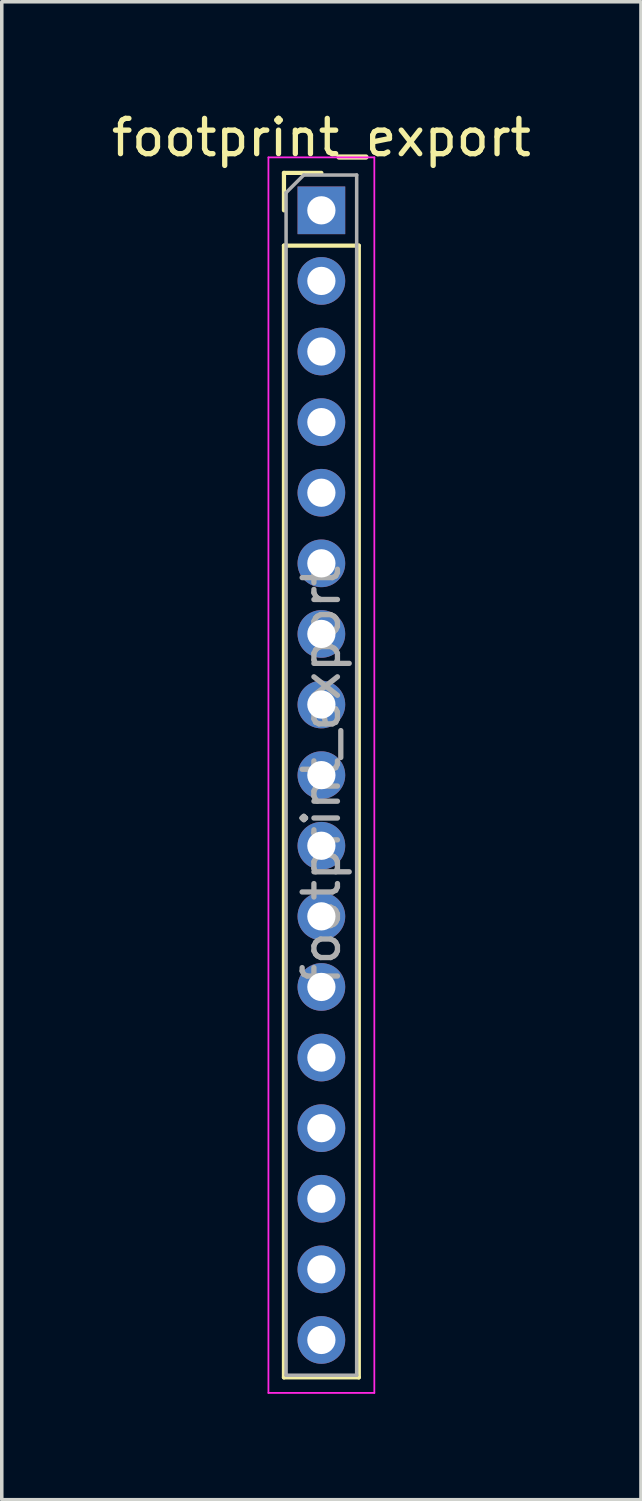
<source format=kicad_pcb>
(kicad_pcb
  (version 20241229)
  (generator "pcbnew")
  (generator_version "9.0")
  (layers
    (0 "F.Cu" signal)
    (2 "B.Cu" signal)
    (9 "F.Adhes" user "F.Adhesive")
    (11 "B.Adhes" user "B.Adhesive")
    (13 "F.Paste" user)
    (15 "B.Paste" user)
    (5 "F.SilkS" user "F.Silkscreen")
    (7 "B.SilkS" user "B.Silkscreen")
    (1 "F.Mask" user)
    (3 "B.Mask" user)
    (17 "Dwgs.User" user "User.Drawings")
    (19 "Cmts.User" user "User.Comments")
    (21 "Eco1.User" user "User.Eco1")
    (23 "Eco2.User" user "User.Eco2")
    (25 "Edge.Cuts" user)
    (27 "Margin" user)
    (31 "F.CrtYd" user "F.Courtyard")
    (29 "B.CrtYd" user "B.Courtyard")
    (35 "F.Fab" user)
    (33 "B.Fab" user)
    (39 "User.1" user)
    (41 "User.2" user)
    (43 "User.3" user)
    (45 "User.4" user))
  (footprint "footprint_export"
    (layer "F.Cu")
    (at 6.054 2.908)
    (property "Reference" "footprint_export" (at 0 -2.06 0) (layer "F.SilkS") (effects (font (size 1 1) (thickness 0.15))))
    (attr through_hole)
    (fp_line (start -1.06 -1.06) (end 0 -1.06) (stroke (width 0.12) (type solid)) (layer "F.SilkS"))
    (fp_line (start -1.06 0) (end -1.06 -1.06) (stroke (width 0.12) (type solid)) (layer "F.SilkS"))
    (fp_line (start -1.06 1) (end -1.06 33.06) (stroke (width 0.12) (type solid)) (layer "F.SilkS"))
    (fp_line (start -1.06 1) (end 1.06 1) (stroke (width 0.12) (type solid)) (layer "F.SilkS"))
    (fp_line (start -1.06 33.06) (end 1.06 33.06) (stroke (width 0.12) (type solid)) (layer "F.SilkS"))
    (fp_line (start 1.06 1) (end 1.06 33.06) (stroke (width 0.12) (type solid)) (layer "F.SilkS"))
    (fp_line (start -1.5 -1.5) (end -1.5 33.5) (stroke (width 0.05) (type solid)) (layer "F.CrtYd"))
    (fp_line (start -1.5 33.5) (end 1.5 33.5) (stroke (width 0.05) (type solid)) (layer "F.CrtYd"))
    (fp_line (start 1.5 -1.5) (end -1.5 -1.5) (stroke (width 0.05) (type solid)) (layer "F.CrtYd"))
    (fp_line (start 1.5 33.5) (end 1.5 -1.5) (stroke (width 0.05) (type solid)) (layer "F.CrtYd"))
    (fp_line (start -1 -0.5) (end -0.5 -1) (stroke (width 0.1) (type solid)) (layer "F.Fab"))
    (fp_line (start -1 33) (end -1 -0.5) (stroke (width 0.1) (type solid)) (layer "F.Fab"))
    (fp_line (start -0.5 -1) (end 1 -1) (stroke (width 0.1) (type solid)) (layer "F.Fab"))
    (fp_line (start 1 -1) (end 1 33) (stroke (width 0.1) (type solid)) (layer "F.Fab"))
    (fp_line (start 1 33) (end -1 33) (stroke (width 0.1) (type solid)) (layer "F.Fab"))
    (fp_text user "${REFERENCE}" (at 0 16 90) (layer "F.Fab") (effects (font (size 1 1) (thickness 0.15))))
    (pad "1" thru_hole rect (at 0 0) (size 1.35 1.35) (drill 0.8) (layers "*.Cu" "*.Mask"))
    (pad "2" thru_hole oval (at 0 2) (size 1.35 1.35) (drill 0.8) (layers "*.Cu" "*.Mask"))
    (pad "3" thru_hole oval (at 0 4) (size 1.35 1.35) (drill 0.8) (layers "*.Cu" "*.Mask"))
    (pad "4" thru_hole oval (at 0 6) (size 1.35 1.35) (drill 0.8) (layers "*.Cu" "*.Mask"))
    (pad "5" thru_hole oval (at 0 8) (size 1.35 1.35) (drill 0.8) (layers "*.Cu" "*.Mask"))
    (pad "6" thru_hole oval (at 0 10) (size 1.35 1.35) (drill 0.8) (layers "*.Cu" "*.Mask"))
    (pad "7" thru_hole oval (at 0 12) (size 1.35 1.35) (drill 0.8) (layers "*.Cu" "*.Mask"))
    (pad "8" thru_hole oval (at 0 14) (size 1.35 1.35) (drill 0.8) (layers "*.Cu" "*.Mask"))
    (pad "9" thru_hole oval (at 0 16) (size 1.35 1.35) (drill 0.8) (layers "*.Cu" "*.Mask"))
    (pad "10" thru_hole oval (at 0 18) (size 1.35 1.35) (drill 0.8) (layers "*.Cu" "*.Mask"))
    (pad "11" thru_hole oval (at 0 20) (size 1.35 1.35) (drill 0.8) (layers "*.Cu" "*.Mask"))
    (pad "12" thru_hole oval (at 0 22) (size 1.35 1.35) (drill 0.8) (layers "*.Cu" "*.Mask"))
    (pad "13" thru_hole oval (at 0 24) (size 1.35 1.35) (drill 0.8) (layers "*.Cu" "*.Mask"))
    (pad "14" thru_hole oval (at 0 26) (size 1.35 1.35) (drill 0.8) (layers "*.Cu" "*.Mask"))
    (pad "15" thru_hole oval (at 0 28) (size 1.35 1.35) (drill 0.8) (layers "*.Cu" "*.Mask"))
    (pad "16" thru_hole oval (at 0 30) (size 1.35 1.35) (drill 0.8) (layers "*.Cu" "*.Mask"))
    (pad "17" thru_hole oval (at 0 32) (size 1.35 1.35) (drill 0.8) (layers "*.Cu" "*.Mask")))
  (gr_rect
    (start -3 -3)
    (end 15.107 39.433)
    (stroke (width 0.1) (type default))
    (fill no)
    (layer "Edge.Cuts")))
</source>
